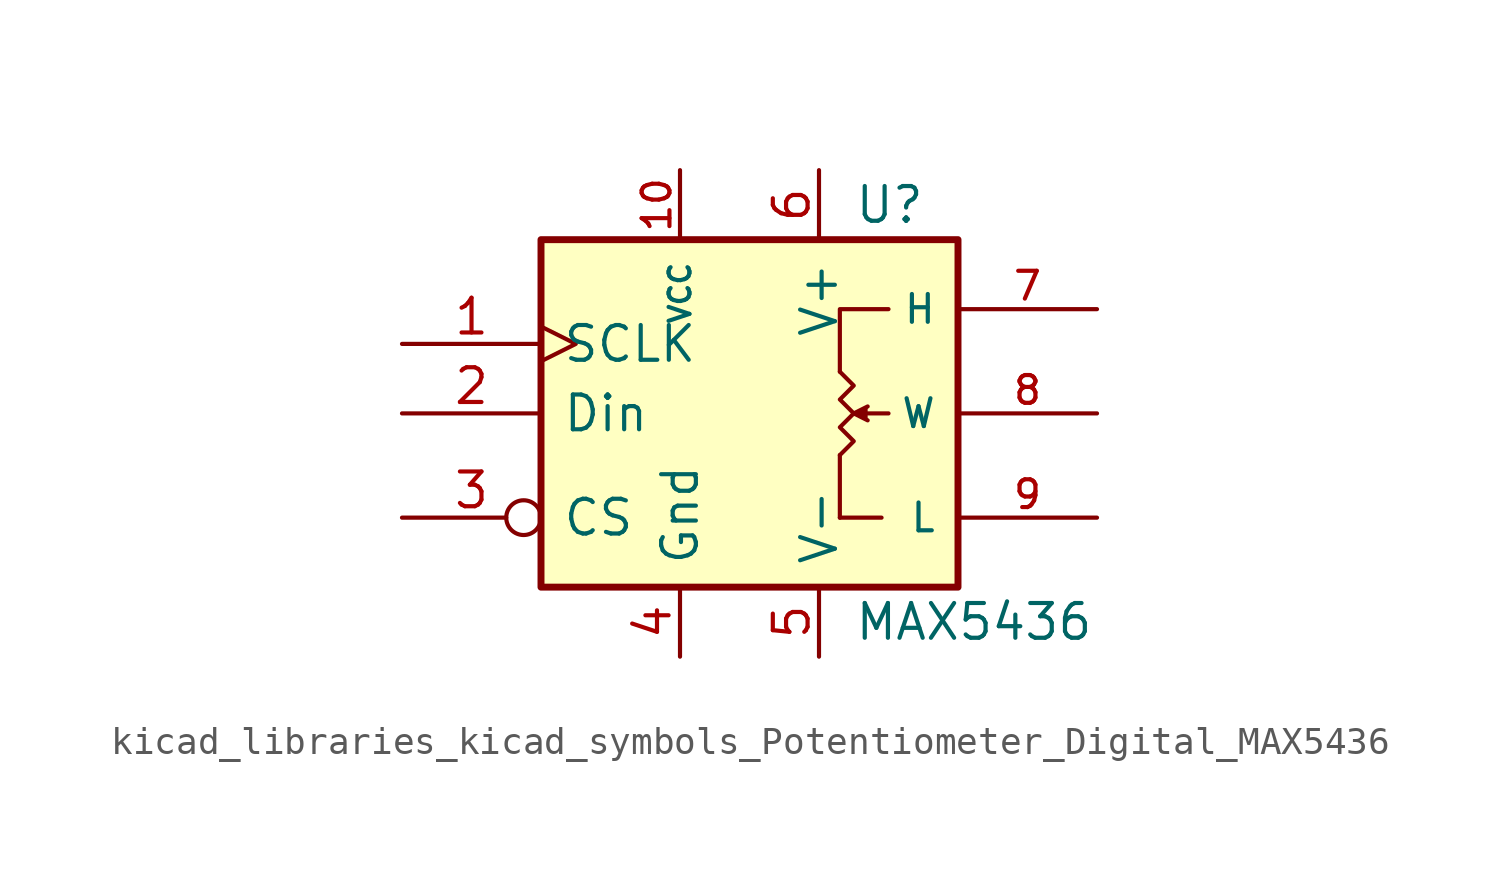
<source format=kicad_sym>
(kicad_symbol_lib
  (version 20220914)
  (generator kicad_symbol_editor)
  (symbol "kicad_libraries_kicad_symbols_Potentiometer_Digital_MAX5436"
    (pin_names
      (offset 0.762))
    (property "Reference" "U"
      (at 3.81 7.62 0)
      (effects (font (size 1.27 1.27)) (justify left)))
    (property "Value" "MAX5436"
      (at 3.81 -7.62 0)
      (effects (font (size 1.27 1.27)) (justify left)))
    (symbol "kicad_libraries_kicad_symbols_Potentiometer_Digital_MAX5436_0_1"
      (rectangle (start -7.62 6.35) (end 7.62 -6.35) (stroke (width 0.254) (type default)) (fill (type background)))
      (polyline (pts (xy 3.302 -1.524) (xy 3.302 -3.81)) (stroke (width 0) (type default)) (fill (type none)))
      (polyline (pts (xy 4.826 -3.81) (xy 3.302 -3.81)) (stroke (width 0) (type default)) (fill (type none)))
      (polyline (pts (xy 5.08 0) (xy 4.318 0)) (stroke (width 0) (type default)) (fill (type none)))
      (polyline (pts (xy 3.302 1.524) (xy 3.302 3.81) (xy 5.08 3.81)) (stroke (width 0) (type default)) (fill (type none)))
      (polyline (pts (xy 4.318 -0.254) (xy 3.81 0) (xy 4.318 0.254)) (stroke (width 0) (type default)) (fill (type outline)))
      (polyline (pts (xy 3.81 0) (xy 3.302 0.508) (xy 3.81 1.016) (xy 3.302 1.524)) (stroke (width 0) (type default)) (fill (type none)))
      (polyline (pts (xy 3.81 0) (xy 3.302 -0.508) (xy 3.81 -1.016) (xy 3.302 -1.524) (xy 3.302 -1.524)) (stroke (width 0) (type default)) (fill (type none))))
    (symbol "kicad_libraries_kicad_symbols_Potentiometer_Digital_MAX5436_1_1"
      (pin input clock (at -12.7 2.54 0) (length 5.08) (name "SCLK" (effects (font (size 1.27 1.27)))) (number "1" (effects (font (size 1.27 1.27)))))
      (pin power_in line (at -2.54 8.89 270) (length 2.54) (name "VCC" (effects (font (size 0.762 0.762)))) (number "10" (effects (font (size 1.016 1.016)))))
      (pin input line (at -12.7 0 0) (length 5.08) (name "Din" (effects (font (size 1.27 1.27)))) (number "2" (effects (font (size 1.27 1.27)))))
      (pin input inverted (at -12.7 -3.81 0) (length 5.08) (name "CS" (effects (font (size 1.27 1.27)))) (number "3" (effects (font (size 1.27 1.27)))))
      (pin power_in line (at -2.54 -8.89 90) (length 2.54) (name "Gnd" (effects (font (size 1.27 1.27)))) (number "4" (effects (font (size 1.27 1.27)))))
      (pin power_in line (at 2.54 -8.89 90) (length 2.54) (name "V-" (effects (font (size 1.27 1.27)))) (number "5" (effects (font (size 1.27 1.27)))))
      (pin power_in line (at 2.54 8.89 270) (length 2.54) (name "V+" (effects (font (size 1.27 1.27)))) (number "6" (effects (font (size 1.27 1.27)))))
      (pin passive line (at 12.7 3.81 180) (length 5.08) (name "H" (effects (font (size 1.016 1.016)))) (number "7" (effects (font (size 1.016 1.016)))))
      (pin passive line (at 12.7 0 180) (length 5.08) (name "W" (effects (font (size 1.016 1.016)))) (number "8" (effects (font (size 1.016 1.016)))))
      (pin passive line (at 12.7 -3.81 180) (length 5.08) (name "L" (effects (font (size 1.016 1.016)))) (number "9" (effects (font (size 1.016 1.016))))))))
</source>
